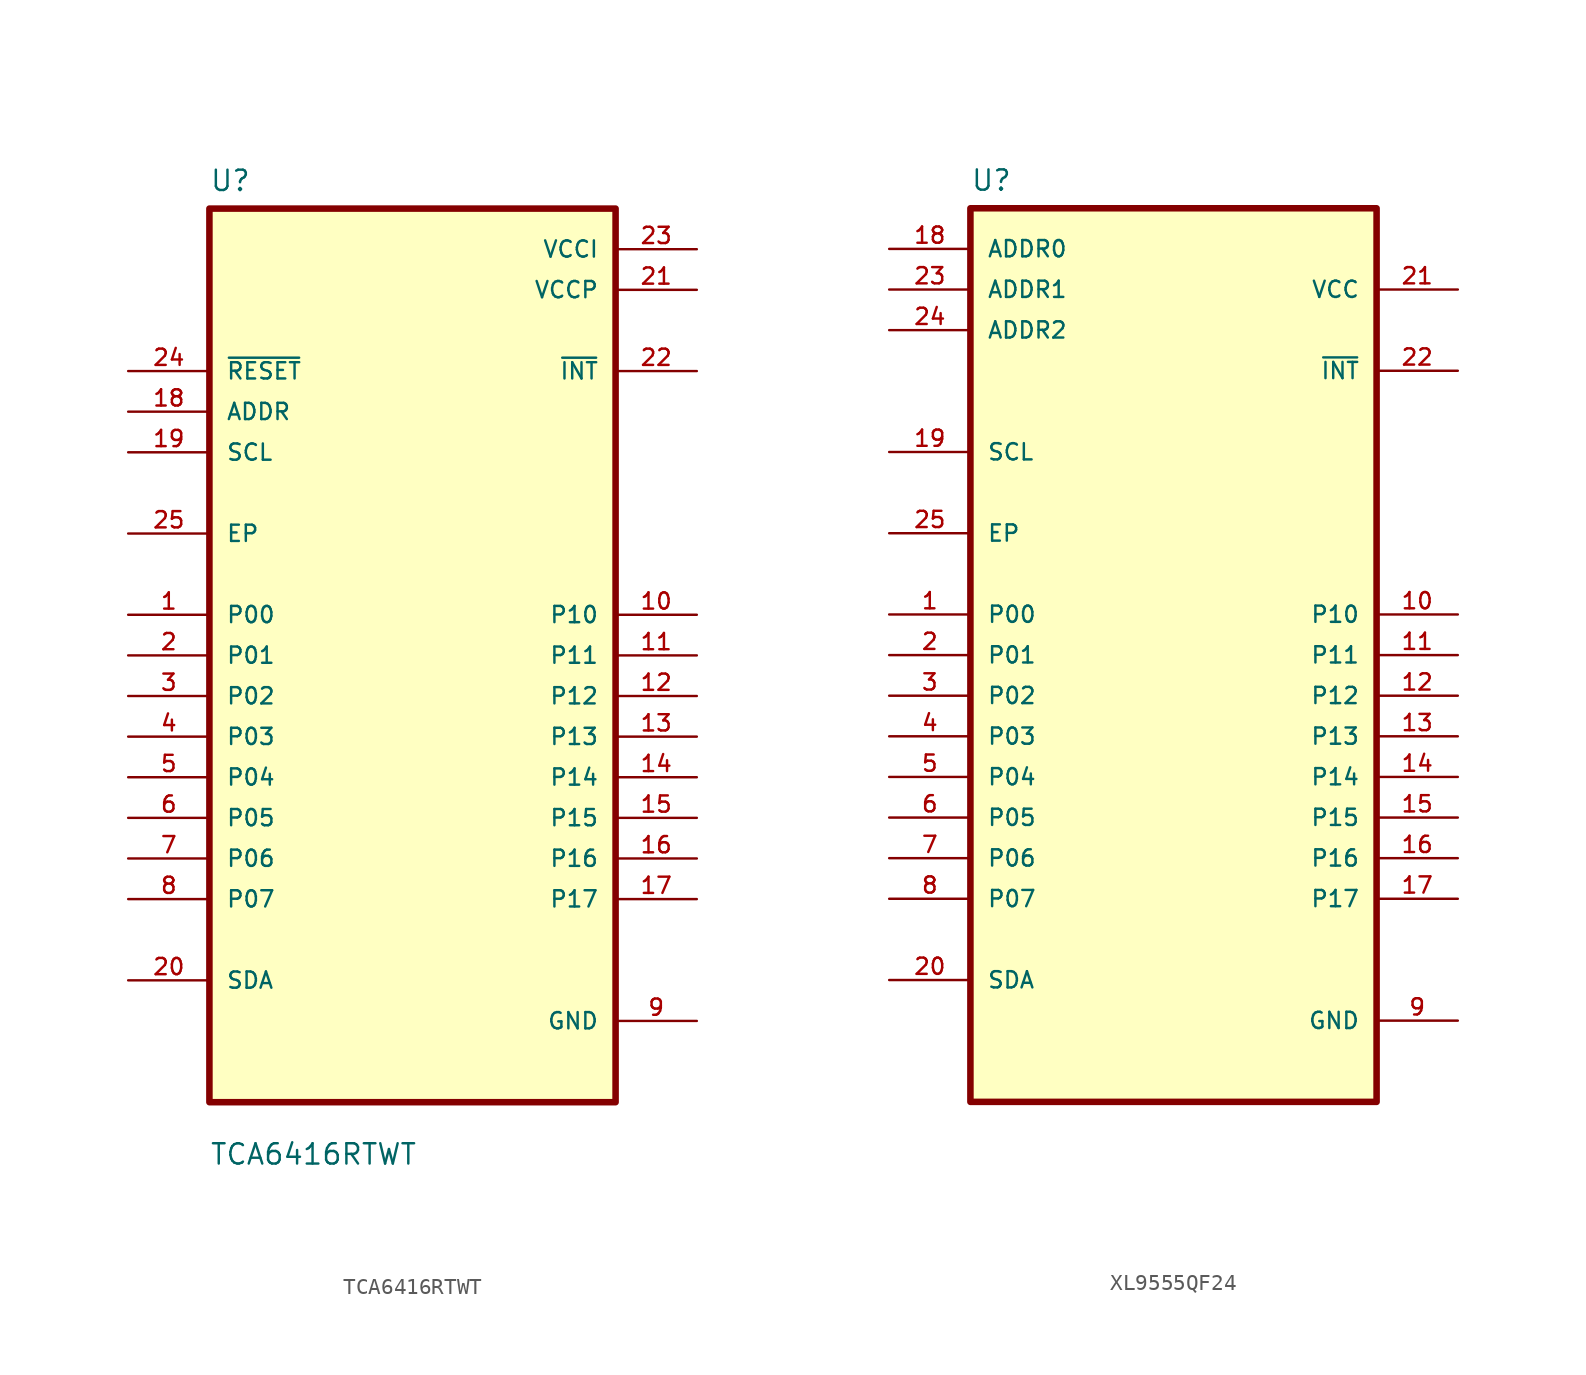
<source format=kicad_sym>
(kicad_symbol_lib
  (version 20231120)
  (generator "kicad_symbol_editor")
  (generator_version "8.0")
  (symbol "TCA6416RTWT"
    (pin_names
      (offset 1.016))
    (property "Reference" "U"
      (at -12.7 28.94 0)
      (effects (font (size 1.27 1.27)) (justify left bottom)))
    (property "Value" "TCA6416RTWT"
      (at -12.7 -31.94 0)
      (effects (font (size 1.27 1.27)) (justify left bottom)))
    (symbol "TCA6416RTWT_0_0"
      (rectangle (start -12.7 -27.94) (end 12.7 27.94) (stroke (width 0.41) (type default)) (fill (type background)))
      (pin bidirectional line (at -17.78 2.54 0) (length 5.08) (name "P00" (effects (font (size 1.016 1.016)))) (number "1" (effects (font (size 1.016 1.016)))))
      (pin bidirectional line (at 17.78 2.54 180) (length 5.08) (name "P10" (effects (font (size 1.016 1.016)))) (number "10" (effects (font (size 1.016 1.016)))))
      (pin bidirectional line (at 17.78 0 180) (length 5.08) (name "P11" (effects (font (size 1.016 1.016)))) (number "11" (effects (font (size 1.016 1.016)))))
      (pin bidirectional line (at 17.78 -2.54 180) (length 5.08) (name "P12" (effects (font (size 1.016 1.016)))) (number "12" (effects (font (size 1.016 1.016)))))
      (pin bidirectional line (at 17.78 -5.08 180) (length 5.08) (name "P13" (effects (font (size 1.016 1.016)))) (number "13" (effects (font (size 1.016 1.016)))))
      (pin bidirectional line (at 17.78 -7.62 180) (length 5.08) (name "P14" (effects (font (size 1.016 1.016)))) (number "14" (effects (font (size 1.016 1.016)))))
      (pin bidirectional line (at 17.78 -10.16 180) (length 5.08) (name "P15" (effects (font (size 1.016 1.016)))) (number "15" (effects (font (size 1.016 1.016)))))
      (pin bidirectional line (at 17.78 -12.7 180) (length 5.08) (name "P16" (effects (font (size 1.016 1.016)))) (number "16" (effects (font (size 1.016 1.016)))))
      (pin bidirectional line (at 17.78 -15.24 180) (length 5.08) (name "P17" (effects (font (size 1.016 1.016)))) (number "17" (effects (font (size 1.016 1.016)))))
      (pin input line (at -17.78 15.24 0) (length 5.08) (name "ADDR" (effects (font (size 1.016 1.016)))) (number "18" (effects (font (size 1.016 1.016)))))
      (pin input line (at -17.78 12.7 0) (length 5.08) (name "SCL" (effects (font (size 1.016 1.016)))) (number "19" (effects (font (size 1.016 1.016)))))
      (pin bidirectional line (at -17.78 0 0) (length 5.08) (name "P01" (effects (font (size 1.016 1.016)))) (number "2" (effects (font (size 1.016 1.016)))))
      (pin bidirectional line (at -17.78 -20.32 0) (length 5.08) (name "SDA" (effects (font (size 1.016 1.016)))) (number "20" (effects (font (size 1.016 1.016)))))
      (pin power_in line (at 17.78 22.86 180) (length 5.08) (name "VCCP" (effects (font (size 1.016 1.016)))) (number "21" (effects (font (size 1.016 1.016)))))
      (pin output line (at 17.78 17.78 180) (length 5.08) (name "~{INT}" (effects (font (size 1.016 1.016)))) (number "22" (effects (font (size 1.016 1.016)))))
      (pin power_in line (at 17.78 25.4 180) (length 5.08) (name "VCCI" (effects (font (size 1.016 1.016)))) (number "23" (effects (font (size 1.016 1.016)))))
      (pin input line (at -17.78 17.78 0) (length 5.08) (name "~{RESET}" (effects (font (size 1.016 1.016)))) (number "24" (effects (font (size 1.016 1.016)))))
      (pin bidirectional line (at -17.78 7.62 0) (length 5.08) (name "EP" (effects (font (size 1.016 1.016)))) (number "25" (effects (font (size 1.016 1.016)))))
      (pin bidirectional line (at -17.78 -2.54 0) (length 5.08) (name "P02" (effects (font (size 1.016 1.016)))) (number "3" (effects (font (size 1.016 1.016)))))
      (pin bidirectional line (at -17.78 -5.08 0) (length 5.08) (name "P03" (effects (font (size 1.016 1.016)))) (number "4" (effects (font (size 1.016 1.016)))))
      (pin bidirectional line (at -17.78 -7.62 0) (length 5.08) (name "P04" (effects (font (size 1.016 1.016)))) (number "5" (effects (font (size 1.016 1.016)))))
      (pin bidirectional line (at -17.78 -10.16 0) (length 5.08) (name "P05" (effects (font (size 1.016 1.016)))) (number "6" (effects (font (size 1.016 1.016)))))
      (pin bidirectional line (at -17.78 -12.7 0) (length 5.08) (name "P06" (effects (font (size 1.016 1.016)))) (number "7" (effects (font (size 1.016 1.016)))))
      (pin bidirectional line (at -17.78 -15.24 0) (length 5.08) (name "P07" (effects (font (size 1.016 1.016)))) (number "8" (effects (font (size 1.016 1.016)))))
      (pin power_in line (at 17.78 -22.86 180) (length 5.08) (name "GND" (effects (font (size 1.016 1.016)))) (number "9" (effects (font (size 1.016 1.016)))))))
  (symbol "XL9555QF24"
    (pin_names
      (offset 1.016))
    (property "Reference" "U"
      (at -12.7 28.94 0)
      (effects (font (size 1.27 1.27)) (justify left bottom)))
    (property "Value" ""
      (at -12.7 -31.94 0)
      (effects (font (size 1.27 1.27)) (justify left bottom)))
    (symbol "XL9555QF24_0_0"
      (rectangle (start -12.7 27.94) (end 12.7 -27.94) (stroke (width 0.41) (type default)) (fill (type background)))
      (pin bidirectional line (at -17.78 2.54 0) (length 5.08) (name "P00" (effects (font (size 1.016 1.016)))) (number "1" (effects (font (size 1.016 1.016)))))
      (pin bidirectional line (at 17.78 2.54 180) (length 5.08) (name "P10" (effects (font (size 1.016 1.016)))) (number "10" (effects (font (size 1.016 1.016)))))
      (pin bidirectional line (at 17.78 0 180) (length 5.08) (name "P11" (effects (font (size 1.016 1.016)))) (number "11" (effects (font (size 1.016 1.016)))))
      (pin bidirectional line (at 17.78 -2.54 180) (length 5.08) (name "P12" (effects (font (size 1.016 1.016)))) (number "12" (effects (font (size 1.016 1.016)))))
      (pin bidirectional line (at 17.78 -5.08 180) (length 5.08) (name "P13" (effects (font (size 1.016 1.016)))) (number "13" (effects (font (size 1.016 1.016)))))
      (pin bidirectional line (at 17.78 -7.62 180) (length 5.08) (name "P14" (effects (font (size 1.016 1.016)))) (number "14" (effects (font (size 1.016 1.016)))))
      (pin bidirectional line (at 17.78 -10.16 180) (length 5.08) (name "P15" (effects (font (size 1.016 1.016)))) (number "15" (effects (font (size 1.016 1.016)))))
      (pin bidirectional line (at 17.78 -12.7 180) (length 5.08) (name "P16" (effects (font (size 1.016 1.016)))) (number "16" (effects (font (size 1.016 1.016)))))
      (pin bidirectional line (at 17.78 -15.24 180) (length 5.08) (name "P17" (effects (font (size 1.016 1.016)))) (number "17" (effects (font (size 1.016 1.016)))))
      (pin input line (at -17.78 12.7 0) (length 5.08) (name "SCL" (effects (font (size 1.016 1.016)))) (number "19" (effects (font (size 1.016 1.016)))))
      (pin bidirectional line (at -17.78 0 0) (length 5.08) (name "P01" (effects (font (size 1.016 1.016)))) (number "2" (effects (font (size 1.016 1.016)))))
      (pin bidirectional line (at -17.78 -20.32 0) (length 5.08) (name "SDA" (effects (font (size 1.016 1.016)))) (number "20" (effects (font (size 1.016 1.016)))))
      (pin output line (at 17.78 17.78 180) (length 5.08) (name "~{INT}" (effects (font (size 1.016 1.016)))) (number "22" (effects (font (size 1.016 1.016)))))
      (pin bidirectional line (at -17.78 7.62 0) (length 5.08) (name "EP" (effects (font (size 1.016 1.016)))) (number "25" (effects (font (size 1.016 1.016)))))
      (pin bidirectional line (at -17.78 -2.54 0) (length 5.08) (name "P02" (effects (font (size 1.016 1.016)))) (number "3" (effects (font (size 1.016 1.016)))))
      (pin bidirectional line (at -17.78 -5.08 0) (length 5.08) (name "P03" (effects (font (size 1.016 1.016)))) (number "4" (effects (font (size 1.016 1.016)))))
      (pin bidirectional line (at -17.78 -7.62 0) (length 5.08) (name "P04" (effects (font (size 1.016 1.016)))) (number "5" (effects (font (size 1.016 1.016)))))
      (pin bidirectional line (at -17.78 -10.16 0) (length 5.08) (name "P05" (effects (font (size 1.016 1.016)))) (number "6" (effects (font (size 1.016 1.016)))))
      (pin bidirectional line (at -17.78 -12.7 0) (length 5.08) (name "P06" (effects (font (size 1.016 1.016)))) (number "7" (effects (font (size 1.016 1.016)))))
      (pin bidirectional line (at -17.78 -15.24 0) (length 5.08) (name "P07" (effects (font (size 1.016 1.016)))) (number "8" (effects (font (size 1.016 1.016)))))
      (pin power_in line (at 17.78 -22.86 180) (length 5.08) (name "GND" (effects (font (size 1.016 1.016)))) (number "9" (effects (font (size 1.016 1.016))))))
    (symbol "XL9555QF24_1_0"
      (pin input line (at -17.78 25.4 0) (length 5.08) (name "ADDR0" (effects (font (size 1.016 1.016)))) (number "18" (effects (font (size 1.016 1.016)))))
      (pin power_in line (at 17.78 22.86 180) (length 5.08) (name "VCC" (effects (font (size 1.016 1.016)))) (number "21" (effects (font (size 1.016 1.016)))))
      (pin input line (at -17.78 22.86 0) (length 5.08) (name "ADDR1" (effects (font (size 1.016 1.016)))) (number "23" (effects (font (size 1.016 1.016)))))
      (pin input line (at -17.78 20.32 0) (length 5.08) (name "ADDR2" (effects (font (size 1.016 1.016)))) (number "24" (effects (font (size 1.016 1.016))))))))
</source>
